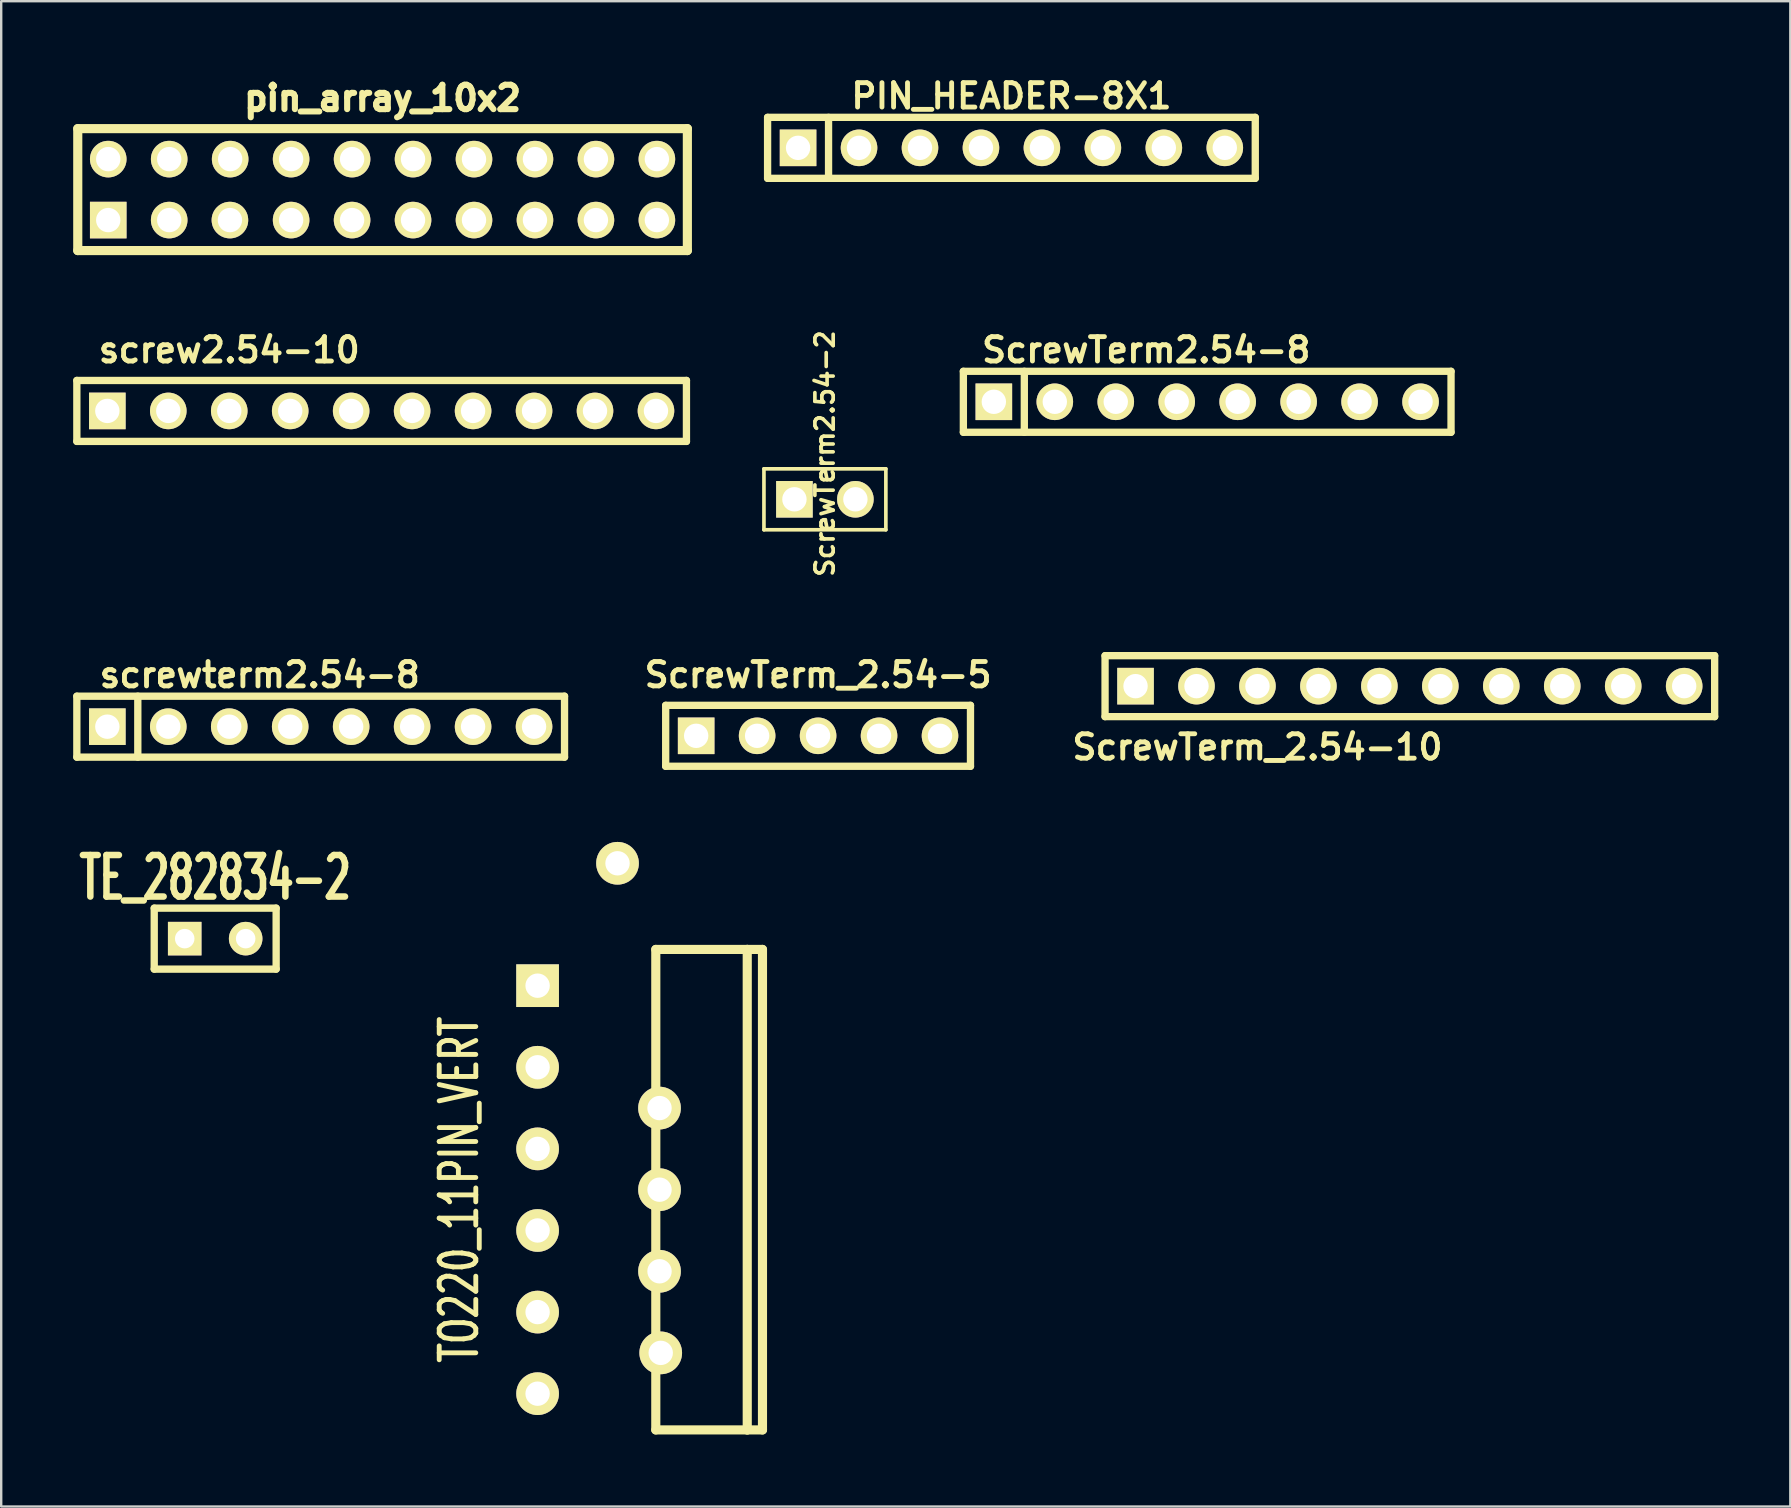
<source format=kicad_pcb>
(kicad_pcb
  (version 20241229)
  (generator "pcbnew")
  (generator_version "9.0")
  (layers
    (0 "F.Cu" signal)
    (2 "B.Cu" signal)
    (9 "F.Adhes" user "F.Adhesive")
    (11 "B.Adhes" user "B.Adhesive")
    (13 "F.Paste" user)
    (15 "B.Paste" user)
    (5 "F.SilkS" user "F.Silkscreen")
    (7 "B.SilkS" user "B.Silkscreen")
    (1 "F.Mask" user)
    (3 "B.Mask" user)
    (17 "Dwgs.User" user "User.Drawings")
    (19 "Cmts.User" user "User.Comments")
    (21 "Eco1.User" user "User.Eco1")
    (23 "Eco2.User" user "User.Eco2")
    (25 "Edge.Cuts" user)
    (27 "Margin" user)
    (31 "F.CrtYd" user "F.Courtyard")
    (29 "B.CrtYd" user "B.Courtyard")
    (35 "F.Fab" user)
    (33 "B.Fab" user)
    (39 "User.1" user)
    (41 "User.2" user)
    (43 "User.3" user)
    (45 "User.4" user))
  (footprint "ScrewTerm2.54-2"
    (layer "F.Cu")
    (at 31.321 17.754)
    (property "Reference" "ScrewTerm2.54-2" (at 0 -1.905 90) (layer "F.SilkS") (effects (font (size 0.762 0.762) (thickness 0.152))))
    (attr through_hole)
    (fp_line (start -2.54 -1.27) (end 2.54 -1.27) (stroke (width 0.152) (type solid)) (layer "F.SilkS"))
    (fp_line (start -2.54 1.27) (end -2.54 -1.27) (stroke (width 0.152) (type solid)) (layer "F.SilkS"))
    (fp_line (start 2.54 -1.27) (end 2.54 1.27) (stroke (width 0.152) (type solid)) (layer "F.SilkS"))
    (fp_line (start 2.54 1.27) (end -2.54 1.27) (stroke (width 0.152) (type solid)) (layer "F.SilkS"))
    (pad "1" thru_hole rect (at -1.27 0 90) (size 1.524 1.524) (drill 1.016) (layers "*.Cu" "*.Mask" "F.SilkS"))
    (pad "2" thru_hole circle (at 1.27 0 90) (size 1.524 1.524) (drill 1.016) (layers "*.Cu" "*.Mask" "F.SilkS")))
  (footprint "PIN_HEADER-8X1"
    (layer "F.Cu")
    (at 39.093 3.11)
    (property "Reference" "PIN_HEADER-8X1" (at 0 -2.159 0) (layer "F.SilkS") (effects (font (size 1.016 1.016) (thickness 0.203))))
    (attr through_hole)
    (fp_line (start -10.16 -1.27) (end 10.16 -1.27) (stroke (width 0.305) (type solid)) (layer "F.SilkS"))
    (fp_line (start -10.16 1.27) (end -10.16 -1.27) (stroke (width 0.305) (type solid)) (layer "F.SilkS"))
    (fp_line (start -7.62 1.27) (end -7.62 -1.27) (stroke (width 0.305) (type solid)) (layer "F.SilkS"))
    (fp_line (start 10.16 -1.27) (end 10.16 1.27) (stroke (width 0.305) (type solid)) (layer "F.SilkS"))
    (fp_line (start 10.16 1.27) (end -10.16 1.27) (stroke (width 0.305) (type solid)) (layer "F.SilkS"))
    (pad "1" thru_hole rect (at -8.89 0) (size 1.524 1.524) (drill 1.016) (layers "*.Cu" "*.Mask" "F.SilkS"))
    (pad "2" thru_hole circle (at -6.35 0) (size 1.524 1.524) (drill 1.016) (layers "*.Cu" "*.Mask" "F.SilkS"))
    (pad "3" thru_hole circle (at -3.81 0) (size 1.524 1.524) (drill 1.016) (layers "*.Cu" "*.Mask" "F.SilkS"))
    (pad "4" thru_hole circle (at -1.27 0) (size 1.524 1.524) (drill 1.016) (layers "*.Cu" "*.Mask" "F.SilkS"))
    (pad "5" thru_hole circle (at 1.27 0) (size 1.524 1.524) (drill 1.016) (layers "*.Cu" "*.Mask" "F.SilkS"))
    (pad "6" thru_hole circle (at 3.81 0) (size 1.524 1.524) (drill 1.016) (layers "*.Cu" "*.Mask" "F.SilkS"))
    (pad "7" thru_hole circle (at 6.35 0) (size 1.524 1.524) (drill 1.016) (layers "*.Cu" "*.Mask" "F.SilkS"))
    (pad "8" thru_hole circle (at 8.89 0) (size 1.524 1.524) (drill 1.016) (layers "*.Cu" "*.Mask" "F.SilkS")))
  (footprint "TE_282834-2"
    (layer "F.Cu")
    (at 5.916 36.06)
    (property "Reference" "TE_282834-2" (at 0 -2.54 0) (layer "F.SilkS") (effects (font (size 1.73 1.087) (thickness 0.305))))
    (attr through_hole)
    (fp_line (start -2.54 -1.27) (end 2.54 -1.27) (stroke (width 0.305) (type solid)) (layer "F.SilkS"))
    (fp_line (start -2.54 1.27) (end -2.54 -1.27) (stroke (width 0.305) (type solid)) (layer "F.SilkS"))
    (fp_line (start 2.54 -1.27) (end 2.54 1.27) (stroke (width 0.305) (type solid)) (layer "F.SilkS"))
    (fp_line (start 2.54 1.27) (end -2.54 1.27) (stroke (width 0.305) (type solid)) (layer "F.SilkS"))
    (pad "1" thru_hole rect (at -1.27 0) (size 1.397 1.397) (drill 0.813) (layers "*.Cu" "*.Mask" "F.SilkS"))
    (pad "2" thru_hole circle (at 1.27 0) (size 1.397 1.397) (drill 0.813) (layers "*.Cu" "*.Mask" "F.SilkS")))
  (footprint "screw2.54-10"
    (layer "F.Cu")
    (at 6.502 14.072)
    (property "Reference" "screw2.54-10" (at 0 -2.54 0) (layer "F.SilkS") (effects (font (size 1.016 1.016) (thickness 0.203))))
    (attr through_hole)
    (fp_line (start -6.35 -1.27) (end -6.35 1.27) (stroke (width 0.305) (type solid)) (layer "F.SilkS"))
    (fp_line (start -6.35 -1.27) (end 19.05 -1.27) (stroke (width 0.305) (type solid)) (layer "F.SilkS"))
    (fp_line (start 19.05 1.27) (end -6.35 1.27) (stroke (width 0.305) (type solid)) (layer "F.SilkS"))
    (fp_line (start 19.05 1.27) (end 19.05 -1.27) (stroke (width 0.305) (type solid)) (layer "F.SilkS"))
    (pad "1" thru_hole rect (at -5.08 0) (size 1.524 1.524) (drill 1.016) (layers "*.Cu" "*.Mask" "F.SilkS"))
    (pad "2" thru_hole circle (at -2.54 0) (size 1.524 1.524) (drill 1.016) (layers "*.Cu" "*.Mask" "F.SilkS"))
    (pad "3" thru_hole circle (at 0 0) (size 1.524 1.524) (drill 1.016) (layers "*.Cu" "*.Mask" "F.SilkS"))
    (pad "4" thru_hole circle (at 2.54 0) (size 1.524 1.524) (drill 1.016) (layers "*.Cu" "*.Mask" "F.SilkS"))
    (pad "5" thru_hole circle (at 5.08 0) (size 1.524 1.524) (drill 1.016) (layers "*.Cu" "*.Mask" "F.SilkS"))
    (pad "6" thru_hole circle (at 7.62 0) (size 1.524 1.524) (drill 1.016) (layers "*.Cu" "*.Mask" "F.SilkS"))
    (pad "7" thru_hole circle (at 10.16 0) (size 1.524 1.524) (drill 1.016) (layers "*.Cu" "*.Mask" "F.SilkS"))
    (pad "8" thru_hole circle (at 12.7 0) (size 1.524 1.524) (drill 1.016) (layers "*.Cu" "*.Mask" "F.SilkS"))
    (pad "9" thru_hole circle (at 15.24 0) (size 1.524 1.524) (drill 1.016) (layers "*.Cu" "*.Mask" "F.SilkS"))
    (pad "10" thru_hole circle (at 17.78 0) (size 1.524 1.524) (drill 1.016) (layers "*.Cu" "*.Mask" "F.SilkS")))
  (footprint "ScrewTerm_2.54-10"
    (layer "F.Cu")
    (at 49.344 25.54)
    (property "Reference" "ScrewTerm_2.54-10" (at 0 2.54 0) (layer "F.SilkS") (effects (font (size 1.016 1.016) (thickness 0.203))))
    (attr through_hole)
    (fp_line (start -6.35 -1.27) (end -6.35 1.27) (stroke (width 0.305) (type solid)) (layer "F.SilkS"))
    (fp_line (start -6.35 -1.27) (end 19.05 -1.27) (stroke (width 0.305) (type solid)) (layer "F.SilkS"))
    (fp_line (start 19.05 1.27) (end -6.35 1.27) (stroke (width 0.305) (type solid)) (layer "F.SilkS"))
    (fp_line (start 19.05 1.27) (end 19.05 -1.27) (stroke (width 0.305) (type solid)) (layer "F.SilkS"))
    (pad "1" thru_hole rect (at -5.08 0) (size 1.524 1.524) (drill 1.016) (layers "*.Cu" "*.Mask" "F.SilkS"))
    (pad "2" thru_hole circle (at -2.54 0) (size 1.524 1.524) (drill 1.016) (layers "*.Cu" "*.Mask" "F.SilkS"))
    (pad "3" thru_hole circle (at 0 0) (size 1.524 1.524) (drill 1.016) (layers "*.Cu" "*.Mask" "F.SilkS"))
    (pad "4" thru_hole circle (at 2.54 0) (size 1.524 1.524) (drill 1.016) (layers "*.Cu" "*.Mask" "F.SilkS"))
    (pad "5" thru_hole circle (at 5.08 0) (size 1.524 1.524) (drill 1.016) (layers "*.Cu" "*.Mask" "F.SilkS"))
    (pad "6" thru_hole circle (at 7.62 0) (size 1.524 1.524) (drill 1.016) (layers "*.Cu" "*.Mask" "F.SilkS"))
    (pad "7" thru_hole circle (at 10.16 0) (size 1.524 1.524) (drill 1.016) (layers "*.Cu" "*.Mask" "F.SilkS"))
    (pad "8" thru_hole circle (at 12.7 0) (size 1.524 1.524) (drill 1.016) (layers "*.Cu" "*.Mask" "F.SilkS"))
    (pad "9" thru_hole circle (at 15.24 0) (size 1.524 1.524) (drill 1.016) (layers "*.Cu" "*.Mask" "F.SilkS"))
    (pad "10" thru_hole circle (at 17.78 0) (size 1.524 1.524) (drill 1.016) (layers "*.Cu" "*.Mask" "F.SilkS")))
  (footprint "pin_array_10x2"
    (layer "F.Cu")
    (at 12.89 4.85)
    (property "Reference" "pin_array_10x2" (at 0 -3.81 0) (layer "F.SilkS") (effects (font (size 1.016 1.016) (thickness 0.254))))
    (attr through_hole)
    (fp_line (start -12.7 -2.54) (end -12.7 2.54) (stroke (width 0.381) (type solid)) (layer "F.SilkS"))
    (fp_line (start -12.7 2.54) (end 12.7 2.54) (stroke (width 0.381) (type solid)) (layer "F.SilkS"))
    (fp_line (start 12.7 -2.54) (end -12.7 -2.54) (stroke (width 0.381) (type solid)) (layer "F.SilkS"))
    (fp_line (start 12.7 2.54) (end 12.7 -2.54) (stroke (width 0.381) (type solid)) (layer "F.SilkS"))
    (pad "1" thru_hole rect (at -11.43 1.27) (size 1.524 1.524) (drill 1.016) (layers "*.Cu" "*.Mask" "F.SilkS"))
    (pad "2" thru_hole circle (at -11.43 -1.27) (size 1.524 1.524) (drill 1.016) (layers "*.Cu" "*.Mask" "F.SilkS"))
    (pad "3" thru_hole circle (at -8.89 1.27) (size 1.524 1.524) (drill 1.016) (layers "*.Cu" "*.Mask" "F.SilkS"))
    (pad "4" thru_hole circle (at -8.89 -1.27) (size 1.524 1.524) (drill 1.016) (layers "*.Cu" "*.Mask" "F.SilkS"))
    (pad "5" thru_hole circle (at -6.36 1.27) (size 1.524 1.524) (drill 1.016) (layers "*.Cu" "*.Mask" "F.SilkS"))
    (pad "6" thru_hole circle (at -6.35 -1.27) (size 1.524 1.524) (drill 1.016) (layers "*.Cu" "*.Mask" "F.SilkS"))
    (pad "7" thru_hole circle (at -3.81 1.27) (size 1.524 1.524) (drill 1.016) (layers "*.Cu" "*.Mask" "F.SilkS"))
    (pad "8" thru_hole circle (at -3.81 -1.27) (size 1.524 1.524) (drill 1.016) (layers "*.Cu" "*.Mask" "F.SilkS"))
    (pad "9" thru_hole circle (at -1.27 1.27) (size 1.524 1.524) (drill 1.016) (layers "*.Cu" "*.Mask" "F.SilkS"))
    (pad "10" thru_hole circle (at -1.27 -1.27) (size 1.524 1.524) (drill 1.016) (layers "*.Cu" "*.Mask" "F.SilkS"))
    (pad "11" thru_hole circle (at 1.27 1.27) (size 1.524 1.524) (drill 1.016) (layers "*.Cu" "*.Mask" "F.SilkS"))
    (pad "12" thru_hole circle (at 1.27 -1.27) (size 1.524 1.524) (drill 1.016) (layers "*.Cu" "*.Mask" "F.SilkS"))
    (pad "13" thru_hole circle (at 3.81 1.27) (size 1.524 1.524) (drill 1.016) (layers "*.Cu" "*.Mask" "F.SilkS"))
    (pad "14" thru_hole circle (at 3.81 -1.27) (size 1.524 1.524) (drill 1.016) (layers "*.Cu" "*.Mask" "F.SilkS"))
    (pad "15" thru_hole circle (at 6.35 1.27) (size 1.524 1.524) (drill 1.016) (layers "*.Cu" "*.Mask" "F.SilkS"))
    (pad "16" thru_hole circle (at 6.35 -1.27) (size 1.524 1.524) (drill 1.016) (layers "*.Cu" "*.Mask" "F.SilkS"))
    (pad "17" thru_hole circle (at 8.89 1.27) (size 1.524 1.524) (drill 1.016) (layers "*.Cu" "*.Mask" "F.SilkS"))
    (pad "18" thru_hole circle (at 8.89 -1.27) (size 1.524 1.524) (drill 1.016) (layers "*.Cu" "*.Mask" "F.SilkS"))
    (pad "19" thru_hole circle (at 11.43 1.27) (size 1.524 1.524) (drill 1.016) (layers "*.Cu" "*.Mask" "F.SilkS"))
    (pad "20" thru_hole circle (at 11.43 -1.27) (size 1.524 1.524) (drill 1.016) (layers "*.Cu" "*.Mask" "F.SilkS")))
  (footprint "TO220_11PIN_VERT"
    (layer "F.Cu")
    (at 26.18 46.52)
    (property "Reference" "TO220_11PIN_VERT" (at -10.1 0 90) (layer "F.SilkS") (effects (font (size 1.524 1.016) (thickness 0.203))))
    (attr through_hole)
    (fp_line (start -1.905 -10.01) (end 1.905 -10.01) (stroke (width 0.381) (type solid)) (layer "F.SilkS"))
    (fp_line (start -1.905 10.01) (end -1.905 -10.01) (stroke (width 0.381) (type solid)) (layer "F.SilkS"))
    (fp_line (start 1.905 -10.01) (end 1.905 10.01) (stroke (width 0.381) (type solid)) (layer "F.SilkS"))
    (fp_line (start 1.905 -10.01) (end 2.54 -10.01) (stroke (width 0.381) (type solid)) (layer "F.SilkS"))
    (fp_line (start 1.905 10.01) (end -1.905 10.01) (stroke (width 0.381) (type solid)) (layer "F.SilkS"))
    (fp_line (start 2.54 -10.01) (end 2.54 10.01) (stroke (width 0.381) (type solid)) (layer "F.SilkS"))
    (fp_line (start 2.54 10.01) (end 1.905 10.01) (stroke (width 0.381) (type solid)) (layer "F.SilkS"))
    (pad "1" thru_hole rect (at -6.83 -8.5) (size 1.778 1.778) (drill 1.016) (layers "*.Cu" "*.Mask" "F.SilkS"))
    (pad "2" thru_hole circle (at -3.5 -13.6) (size 1.778 1.778) (drill 1.016) (layers "*.Cu" "*.Mask" "F.SilkS"))
    (pad "3" thru_hole circle (at -6.83 -5.1) (size 1.778 1.778) (drill 1.016) (layers "*.Cu" "*.Mask" "F.SilkS"))
    (pad "4" thru_hole circle (at -1.75 -3.4) (size 1.778 1.778) (drill 1.016) (layers "*.Cu" "*.Mask" "F.SilkS"))
    (pad "5" thru_hole circle (at -6.83 -1.7) (size 1.778 1.778) (drill 1.016) (layers "*.Cu" "*.Mask" "F.SilkS"))
    (pad "6" thru_hole circle (at -1.75 0) (size 1.778 1.778) (drill 1.016) (layers "*.Cu" "*.Mask" "F.SilkS"))
    (pad "7" thru_hole circle (at -6.83 1.7) (size 1.778 1.778) (drill 1.016) (layers "*.Cu" "*.Mask" "F.SilkS"))
    (pad "8" thru_hole circle (at -1.75 3.4) (size 1.778 1.778) (drill 1.016) (layers "*.Cu" "*.Mask" "F.SilkS"))
    (pad "9" thru_hole circle (at -6.83 5.1) (size 1.778 1.778) (drill 1.016) (layers "*.Cu" "*.Mask" "F.SilkS"))
    (pad "10" thru_hole circle (at -1.7 6.8) (size 1.778 1.778) (drill 1.016) (layers "*.Cu" "*.Mask" "F.SilkS"))
    (pad "11" thru_hole circle (at -6.83 8.5) (size 1.778 1.778) (drill 1.016) (layers "*.Cu" "*.Mask" "F.SilkS")))
  (footprint "ScrewTerm2.54-8"
    (layer "F.Cu")
    (at 44.71 13.691)
    (property "Reference" "ScrewTerm2.54-8" (at 0 -2.159 0) (layer "F.SilkS") (effects (font (size 1.016 1.016) (thickness 0.203))))
    (attr through_hole)
    (fp_line (start -7.62 -1.27) (end 12.7 -1.27) (stroke (width 0.305) (type solid)) (layer "F.SilkS"))
    (fp_line (start -7.62 1.27) (end -7.62 -1.27) (stroke (width 0.305) (type solid)) (layer "F.SilkS"))
    (fp_line (start -5.08 1.27) (end -5.08 -1.27) (stroke (width 0.305) (type solid)) (layer "F.SilkS"))
    (fp_line (start 12.7 -1.27) (end 12.7 1.27) (stroke (width 0.305) (type solid)) (layer "F.SilkS"))
    (fp_line (start 12.7 1.27) (end -7.62 1.27) (stroke (width 0.305) (type solid)) (layer "F.SilkS"))
    (pad "1" thru_hole rect (at -6.35 0) (size 1.524 1.524) (drill 1.016) (layers "*.Cu" "*.Mask" "F.SilkS"))
    (pad "2" thru_hole circle (at -3.81 0) (size 1.524 1.524) (drill 1.016) (layers "*.Cu" "*.Mask" "F.SilkS"))
    (pad "3" thru_hole circle (at -1.27 0) (size 1.524 1.524) (drill 1.016) (layers "*.Cu" "*.Mask" "F.SilkS"))
    (pad "4" thru_hole circle (at 1.27 0) (size 1.524 1.524) (drill 1.016) (layers "*.Cu" "*.Mask" "F.SilkS"))
    (pad "5" thru_hole circle (at 3.81 0) (size 1.524 1.524) (drill 1.016) (layers "*.Cu" "*.Mask" "F.SilkS"))
    (pad "6" thru_hole circle (at 6.35 0) (size 1.524 1.524) (drill 1.016) (layers "*.Cu" "*.Mask" "F.SilkS"))
    (pad "7" thru_hole circle (at 8.89 0) (size 1.524 1.524) (drill 1.016) (layers "*.Cu" "*.Mask" "F.SilkS"))
    (pad "8" thru_hole circle (at 11.43 0) (size 1.524 1.524) (drill 1.016) (layers "*.Cu" "*.Mask" "F.SilkS")))
  (footprint "ScrewTerm_2.54-5"
    (layer "F.Cu")
    (at 31.037 27.609)
    (property "Reference" "ScrewTerm_2.54-5" (at 0 -2.54 0) (layer "F.SilkS") (effects (font (size 1.016 1.016) (thickness 0.203))))
    (attr through_hole)
    (fp_line (start -6.35 -1.27) (end -6.35 1.27) (stroke (width 0.305) (type solid)) (layer "F.SilkS"))
    (fp_line (start -6.35 -1.27) (end 6.35 -1.27) (stroke (width 0.305) (type solid)) (layer "F.SilkS"))
    (fp_line (start 6.35 1.27) (end -6.35 1.27) (stroke (width 0.305) (type solid)) (layer "F.SilkS"))
    (fp_line (start 6.35 1.27) (end 6.35 -1.27) (stroke (width 0.305) (type solid)) (layer "F.SilkS"))
    (pad "1" thru_hole rect (at -5.08 0) (size 1.524 1.524) (drill 1.016) (layers "*.Cu" "*.Mask" "F.SilkS"))
    (pad "2" thru_hole circle (at -2.54 0) (size 1.524 1.524) (drill 1.016) (layers "*.Cu" "*.Mask" "F.SilkS"))
    (pad "3" thru_hole circle (at 0 0) (size 1.524 1.524) (drill 1.016) (layers "*.Cu" "*.Mask" "F.SilkS"))
    (pad "4" thru_hole circle (at 2.54 0) (size 1.524 1.524) (drill 1.016) (layers "*.Cu" "*.Mask" "F.SilkS"))
    (pad "5" thru_hole circle (at 5.08 0) (size 1.524 1.524) (drill 1.016) (layers "*.Cu" "*.Mask" "F.SilkS")))
  (footprint "screwterm2.54-8"
    (layer "F.Cu")
    (at 7.772 27.228)
    (property "Reference" "screwterm2.54-8" (at 0 -2.159 0) (layer "F.SilkS") (effects (font (size 1.016 1.016) (thickness 0.203))))
    (attr through_hole)
    (fp_line (start -7.62 -1.27) (end 12.7 -1.27) (stroke (width 0.305) (type solid)) (layer "F.SilkS"))
    (fp_line (start -7.62 1.27) (end -7.62 -1.27) (stroke (width 0.305) (type solid)) (layer "F.SilkS"))
    (fp_line (start -5.08 1.27) (end -5.08 -1.27) (stroke (width 0.305) (type solid)) (layer "F.SilkS"))
    (fp_line (start 12.7 -1.27) (end 12.7 1.27) (stroke (width 0.305) (type solid)) (layer "F.SilkS"))
    (fp_line (start 12.7 1.27) (end -7.62 1.27) (stroke (width 0.305) (type solid)) (layer "F.SilkS"))
    (pad "1" thru_hole rect (at -6.35 0) (size 1.524 1.524) (drill 1.016) (layers "*.Cu" "*.Mask" "F.SilkS"))
    (pad "2" thru_hole circle (at -3.81 0) (size 1.524 1.524) (drill 1.016) (layers "*.Cu" "*.Mask" "F.SilkS"))
    (pad "3" thru_hole circle (at -1.27 0) (size 1.524 1.524) (drill 1.016) (layers "*.Cu" "*.Mask" "F.SilkS"))
    (pad "4" thru_hole circle (at 1.27 0) (size 1.524 1.524) (drill 1.016) (layers "*.Cu" "*.Mask" "F.SilkS"))
    (pad "5" thru_hole circle (at 3.81 0) (size 1.524 1.524) (drill 1.016) (layers "*.Cu" "*.Mask" "F.SilkS"))
    (pad "6" thru_hole circle (at 6.35 0) (size 1.524 1.524) (drill 1.016) (layers "*.Cu" "*.Mask" "F.SilkS"))
    (pad "7" thru_hole circle (at 8.89 0) (size 1.524 1.524) (drill 1.016) (layers "*.Cu" "*.Mask" "F.SilkS"))
    (pad "8" thru_hole circle (at 11.43 0) (size 1.524 1.524) (drill 1.016) (layers "*.Cu" "*.Mask" "F.SilkS")))
  (gr_rect
    (start -3 -3)
    (end 71.547 59.721)
    (stroke (width 0.1) (type default))
    (fill no)
    (layer "Edge.Cuts")))
</source>
